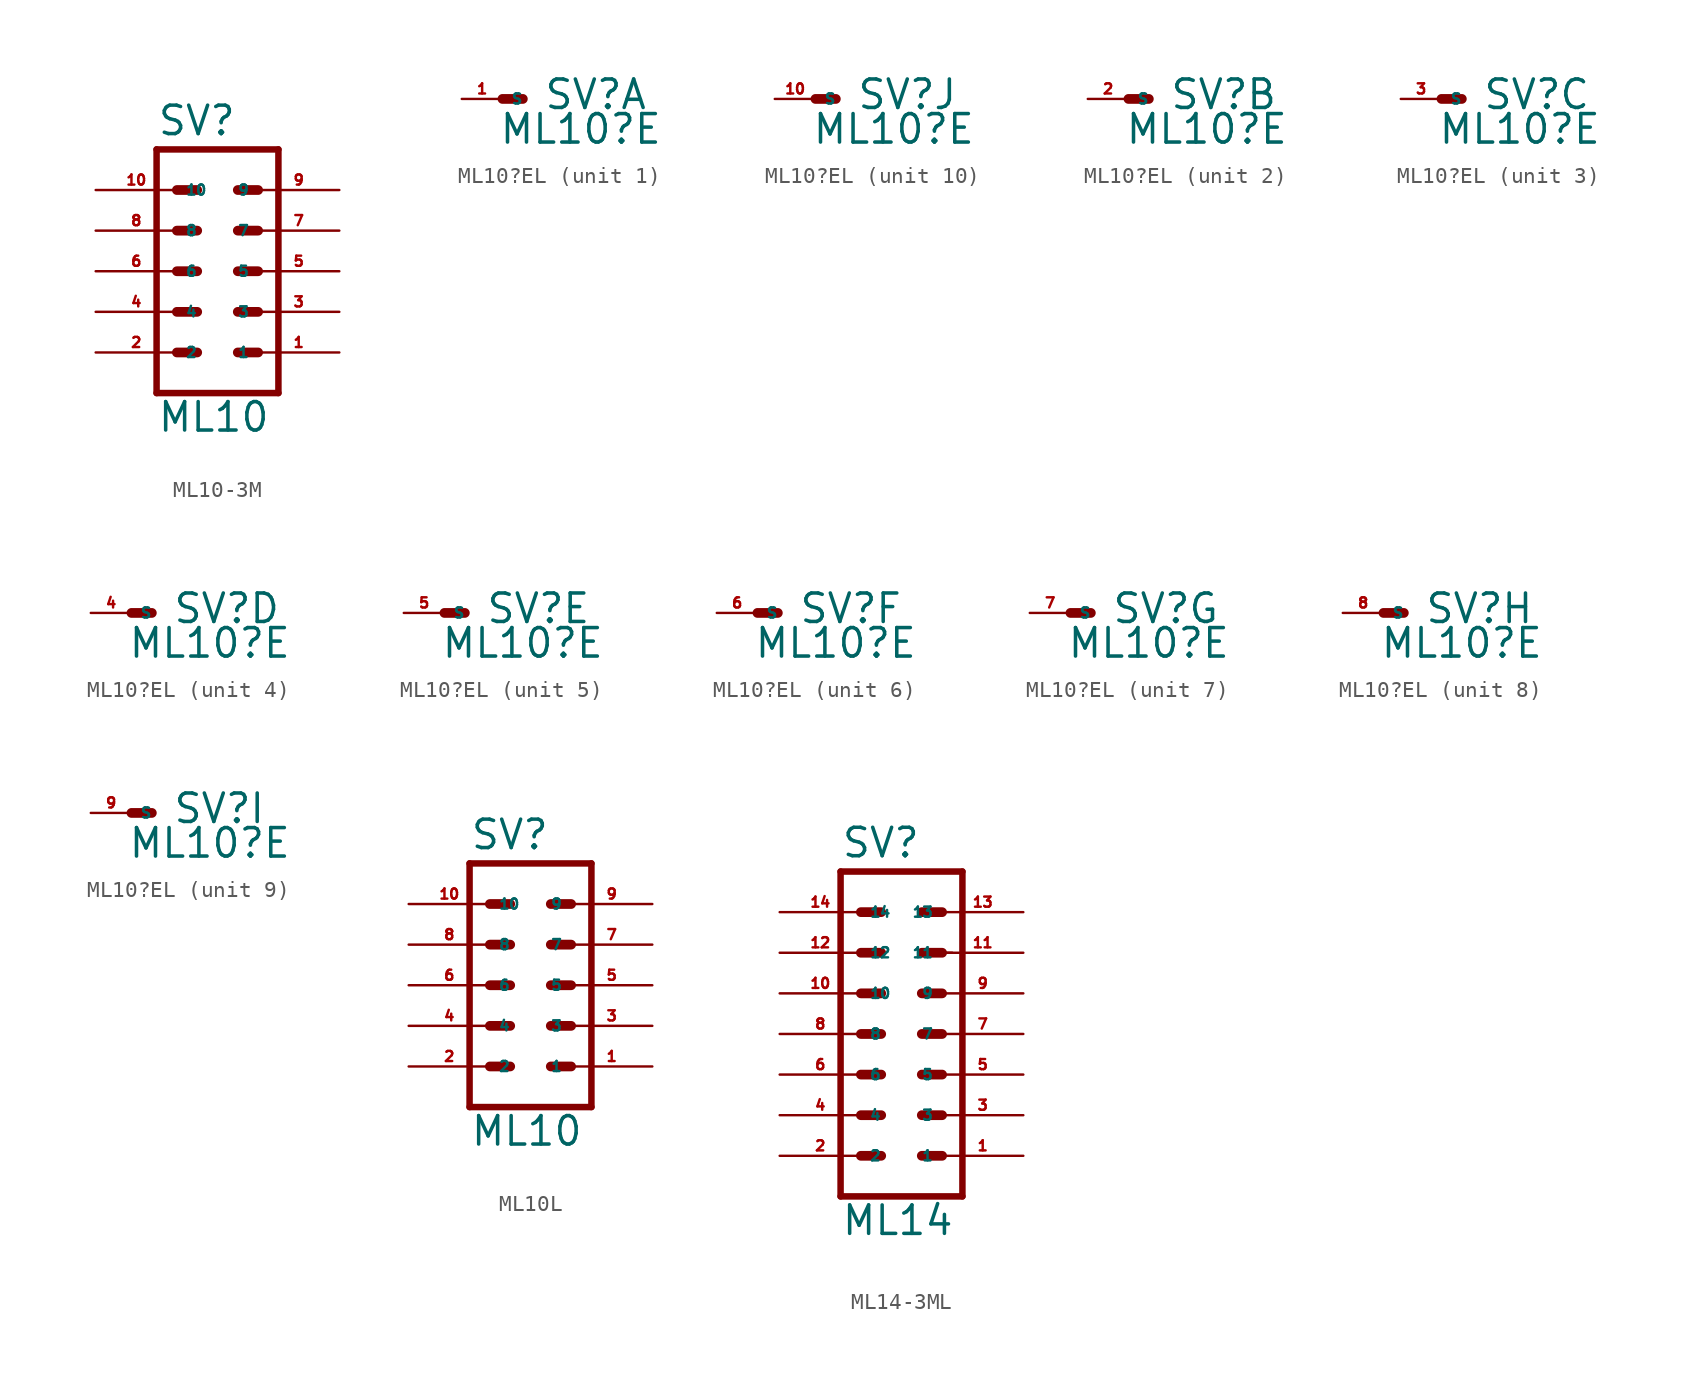
<source format=kicad_sym>
(kicad_symbol_lib
  (version 20220914)
  (generator Eagle2Kicad)
  (symbol "ML10-3M"
    (property "Reference" "SV"
      (at -3.81 8.382 0)
      (effects (font (size 1.778 1.778) (thickness 0.22)) (justify left bottom)))
    (property "Value" "ML10"
      (at -3.81 -10.16 0)
      (effects (font (size 1.778 1.778) (thickness 0.22)) (justify left bottom)))
    (polyline
      (pts (xy 3.81 -7.62) (xy -3.81 -7.62))
      (stroke (width 0.406) (type default))
      (fill (type none)))
    (polyline
      (pts (xy -3.81 7.62) (xy -3.81 -7.62))
      (stroke (width 0.406) (type default))
      (fill (type none)))
    (polyline
      (pts (xy 3.81 -7.62) (xy 3.81 7.62))
      (stroke (width 0.406) (type default))
      (fill (type none)))
    (polyline
      (pts (xy -3.81 7.62) (xy 3.81 7.62))
      (stroke (width 0.406) (type default))
      (fill (type none)))
    (polyline
      (pts (xy 1.27 5.08) (xy 2.54 5.08))
      (stroke (width 0.61) (type default))
      (fill (type none)))
    (polyline
      (pts (xy 1.27 2.54) (xy 2.54 2.54))
      (stroke (width 0.61) (type default))
      (fill (type none)))
    (polyline
      (pts (xy 1.27 0) (xy 2.54 0))
      (stroke (width 0.61) (type default))
      (fill (type none)))
    (polyline
      (pts (xy 1.27 -2.54) (xy 2.54 -2.54))
      (stroke (width 0.61) (type default))
      (fill (type none)))
    (polyline
      (pts (xy 1.27 -5.08) (xy 2.54 -5.08))
      (stroke (width 0.61) (type default))
      (fill (type none)))
    (polyline
      (pts (xy -2.54 5.08) (xy -1.27 5.08))
      (stroke (width 0.61) (type default))
      (fill (type none)))
    (polyline
      (pts (xy -2.54 2.54) (xy -1.27 2.54))
      (stroke (width 0.61) (type default))
      (fill (type none)))
    (polyline
      (pts (xy -2.54 0) (xy -1.27 0))
      (stroke (width 0.61) (type default))
      (fill (type none)))
    (polyline
      (pts (xy -2.54 -2.54) (xy -1.27 -2.54))
      (stroke (width 0.61) (type default))
      (fill (type none)))
    (polyline
      (pts (xy -2.54 -5.08) (xy -1.27 -5.08))
      (stroke (width 0.61) (type default))
      (fill (type none)))
    (pin passive line
      (at 7.62 -5.08 180)
      (length 5.08)
      (name "1" (effects (font (size 0.635 0.635) (thickness 0.08)) (justify left bottom)))
      (number "1" (effects (font (size 0.635 0.635) (thickness 0.08)) (justify left bottom))))
    (pin passive line
      (at -7.62 -5.08 0)
      (length 5.08)
      (name "2" (effects (font (size 0.635 0.635) (thickness 0.08)) (justify left bottom)))
      (number "2" (effects (font (size 0.635 0.635) (thickness 0.08)) (justify left bottom))))
    (pin passive line
      (at 7.62 -2.54 180)
      (length 5.08)
      (name "3" (effects (font (size 0.635 0.635) (thickness 0.08)) (justify left bottom)))
      (number "3" (effects (font (size 0.635 0.635) (thickness 0.08)) (justify left bottom))))
    (pin passive line
      (at -7.62 -2.54 0)
      (length 5.08)
      (name "4" (effects (font (size 0.635 0.635) (thickness 0.08)) (justify left bottom)))
      (number "4" (effects (font (size 0.635 0.635) (thickness 0.08)) (justify left bottom))))
    (pin passive line
      (at 7.62 0 180)
      (length 5.08)
      (name "5" (effects (font (size 0.635 0.635) (thickness 0.08)) (justify left bottom)))
      (number "5" (effects (font (size 0.635 0.635) (thickness 0.08)) (justify left bottom))))
    (pin passive line
      (at -7.62 0 0)
      (length 5.08)
      (name "6" (effects (font (size 0.635 0.635) (thickness 0.08)) (justify left bottom)))
      (number "6" (effects (font (size 0.635 0.635) (thickness 0.08)) (justify left bottom))))
    (pin passive line
      (at 7.62 2.54 180)
      (length 5.08)
      (name "7" (effects (font (size 0.635 0.635) (thickness 0.08)) (justify left bottom)))
      (number "7" (effects (font (size 0.635 0.635) (thickness 0.08)) (justify left bottom))))
    (pin passive line
      (at -7.62 2.54 0)
      (length 5.08)
      (name "8" (effects (font (size 0.635 0.635) (thickness 0.08)) (justify left bottom)))
      (number "8" (effects (font (size 0.635 0.635) (thickness 0.08)) (justify left bottom))))
    (pin passive line
      (at 7.62 5.08 180)
      (length 5.08)
      (name "9" (effects (font (size 0.635 0.635) (thickness 0.08)) (justify left bottom)))
      (number "9" (effects (font (size 0.635 0.635) (thickness 0.08)) (justify left bottom))))
    (pin passive line
      (at -7.62 5.08 0)
      (length 5.08)
      (name "10" (effects (font (size 0.635 0.635) (thickness 0.08)) (justify left bottom)))
      (number "10" (effects (font (size 0.635 0.635) (thickness 0.08)) (justify left bottom)))))
  (symbol "ML10?EL"
    (property "Reference" "SV"
      (at 2.54 -0.762 0)
      (effects (font (size 1.778 1.778) (thickness 0.22)) (justify left bottom)))
    (property "Value" "ML10?E"
      (at -0.254 -2.921 0)
      (effects (font (size 1.778 1.778) (thickness 0.22)) (justify left bottom)))
    (symbol "ML10?EL_1_0"
      (polyline (pts (xy 1.27 0) (xy 0 0)) (stroke (width 0.61) (type default)) (fill (type none)))
      (pin passive line (at -2.54 0 0) (length 2.54) (name "S" (effects (font (size 0.635 0.635) (thickness 0.08)) (justify left bottom))) (number "1" (effects (font (size 0.635 0.635) (thickness 0.08)) (justify left bottom)))))
    (symbol "ML10?EL_2_0"
      (polyline (pts (xy 1.27 0) (xy 0 0)) (stroke (width 0.61) (type default)) (fill (type none)))
      (pin passive line (at -2.54 0 0) (length 2.54) (name "S" (effects (font (size 0.635 0.635) (thickness 0.08)) (justify left bottom))) (number "2" (effects (font (size 0.635 0.635) (thickness 0.08)) (justify left bottom)))))
    (symbol "ML10?EL_3_0"
      (polyline (pts (xy 1.27 0) (xy 0 0)) (stroke (width 0.61) (type default)) (fill (type none)))
      (pin passive line (at -2.54 0 0) (length 2.54) (name "S" (effects (font (size 0.635 0.635) (thickness 0.08)) (justify left bottom))) (number "3" (effects (font (size 0.635 0.635) (thickness 0.08)) (justify left bottom)))))
    (symbol "ML10?EL_4_0"
      (polyline (pts (xy 1.27 0) (xy 0 0)) (stroke (width 0.61) (type default)) (fill (type none)))
      (pin passive line (at -2.54 0 0) (length 2.54) (name "S" (effects (font (size 0.635 0.635) (thickness 0.08)) (justify left bottom))) (number "4" (effects (font (size 0.635 0.635) (thickness 0.08)) (justify left bottom)))))
    (symbol "ML10?EL_5_0"
      (polyline (pts (xy 1.27 0) (xy 0 0)) (stroke (width 0.61) (type default)) (fill (type none)))
      (pin passive line (at -2.54 0 0) (length 2.54) (name "S" (effects (font (size 0.635 0.635) (thickness 0.08)) (justify left bottom))) (number "5" (effects (font (size 0.635 0.635) (thickness 0.08)) (justify left bottom)))))
    (symbol "ML10?EL_6_0"
      (polyline (pts (xy 1.27 0) (xy 0 0)) (stroke (width 0.61) (type default)) (fill (type none)))
      (pin passive line (at -2.54 0 0) (length 2.54) (name "S" (effects (font (size 0.635 0.635) (thickness 0.08)) (justify left bottom))) (number "6" (effects (font (size 0.635 0.635) (thickness 0.08)) (justify left bottom)))))
    (symbol "ML10?EL_7_0"
      (polyline (pts (xy 1.27 0) (xy 0 0)) (stroke (width 0.61) (type default)) (fill (type none)))
      (pin passive line (at -2.54 0 0) (length 2.54) (name "S" (effects (font (size 0.635 0.635) (thickness 0.08)) (justify left bottom))) (number "7" (effects (font (size 0.635 0.635) (thickness 0.08)) (justify left bottom)))))
    (symbol "ML10?EL_8_0"
      (polyline (pts (xy 1.27 0) (xy 0 0)) (stroke (width 0.61) (type default)) (fill (type none)))
      (pin passive line (at -2.54 0 0) (length 2.54) (name "S" (effects (font (size 0.635 0.635) (thickness 0.08)) (justify left bottom))) (number "8" (effects (font (size 0.635 0.635) (thickness 0.08)) (justify left bottom)))))
    (symbol "ML10?EL_9_0"
      (polyline (pts (xy 1.27 0) (xy 0 0)) (stroke (width 0.61) (type default)) (fill (type none)))
      (pin passive line (at -2.54 0 0) (length 2.54) (name "S" (effects (font (size 0.635 0.635) (thickness 0.08)) (justify left bottom))) (number "9" (effects (font (size 0.635 0.635) (thickness 0.08)) (justify left bottom)))))
    (symbol "ML10?EL_10_0"
      (polyline (pts (xy 1.27 0) (xy 0 0)) (stroke (width 0.61) (type default)) (fill (type none)))
      (pin passive line (at -2.54 0 0) (length 2.54) (name "S" (effects (font (size 0.635 0.635) (thickness 0.08)) (justify left bottom))) (number "10" (effects (font (size 0.635 0.635) (thickness 0.08)) (justify left bottom))))))
  (symbol "ML10L"
    (property "Reference" "SV"
      (at -3.81 8.382 0)
      (effects (font (size 1.778 1.778) (thickness 0.22)) (justify left bottom)))
    (property "Value" "ML10"
      (at -3.81 -10.16 0)
      (effects (font (size 1.778 1.778) (thickness 0.22)) (justify left bottom)))
    (polyline
      (pts (xy 3.81 -7.62) (xy -3.81 -7.62))
      (stroke (width 0.406) (type default))
      (fill (type none)))
    (polyline
      (pts (xy -3.81 7.62) (xy -3.81 -7.62))
      (stroke (width 0.406) (type default))
      (fill (type none)))
    (polyline
      (pts (xy 3.81 -7.62) (xy 3.81 7.62))
      (stroke (width 0.406) (type default))
      (fill (type none)))
    (polyline
      (pts (xy -3.81 7.62) (xy 3.81 7.62))
      (stroke (width 0.406) (type default))
      (fill (type none)))
    (polyline
      (pts (xy 1.27 5.08) (xy 2.54 5.08))
      (stroke (width 0.61) (type default))
      (fill (type none)))
    (polyline
      (pts (xy 1.27 2.54) (xy 2.54 2.54))
      (stroke (width 0.61) (type default))
      (fill (type none)))
    (polyline
      (pts (xy 1.27 0) (xy 2.54 0))
      (stroke (width 0.61) (type default))
      (fill (type none)))
    (polyline
      (pts (xy 1.27 -2.54) (xy 2.54 -2.54))
      (stroke (width 0.61) (type default))
      (fill (type none)))
    (polyline
      (pts (xy 1.27 -5.08) (xy 2.54 -5.08))
      (stroke (width 0.61) (type default))
      (fill (type none)))
    (polyline
      (pts (xy -2.54 5.08) (xy -1.27 5.08))
      (stroke (width 0.61) (type default))
      (fill (type none)))
    (polyline
      (pts (xy -2.54 2.54) (xy -1.27 2.54))
      (stroke (width 0.61) (type default))
      (fill (type none)))
    (polyline
      (pts (xy -2.54 0) (xy -1.27 0))
      (stroke (width 0.61) (type default))
      (fill (type none)))
    (polyline
      (pts (xy -2.54 -2.54) (xy -1.27 -2.54))
      (stroke (width 0.61) (type default))
      (fill (type none)))
    (polyline
      (pts (xy -2.54 -5.08) (xy -1.27 -5.08))
      (stroke (width 0.61) (type default))
      (fill (type none)))
    (pin passive line
      (at 7.62 -5.08 180)
      (length 5.08)
      (name "1" (effects (font (size 0.635 0.635) (thickness 0.08)) (justify left bottom)))
      (number "1" (effects (font (size 0.635 0.635) (thickness 0.08)) (justify left bottom))))
    (pin passive line
      (at -7.62 -5.08 0)
      (length 5.08)
      (name "2" (effects (font (size 0.635 0.635) (thickness 0.08)) (justify left bottom)))
      (number "2" (effects (font (size 0.635 0.635) (thickness 0.08)) (justify left bottom))))
    (pin passive line
      (at 7.62 -2.54 180)
      (length 5.08)
      (name "3" (effects (font (size 0.635 0.635) (thickness 0.08)) (justify left bottom)))
      (number "3" (effects (font (size 0.635 0.635) (thickness 0.08)) (justify left bottom))))
    (pin passive line
      (at -7.62 -2.54 0)
      (length 5.08)
      (name "4" (effects (font (size 0.635 0.635) (thickness 0.08)) (justify left bottom)))
      (number "4" (effects (font (size 0.635 0.635) (thickness 0.08)) (justify left bottom))))
    (pin passive line
      (at 7.62 0 180)
      (length 5.08)
      (name "5" (effects (font (size 0.635 0.635) (thickness 0.08)) (justify left bottom)))
      (number "5" (effects (font (size 0.635 0.635) (thickness 0.08)) (justify left bottom))))
    (pin passive line
      (at -7.62 0 0)
      (length 5.08)
      (name "6" (effects (font (size 0.635 0.635) (thickness 0.08)) (justify left bottom)))
      (number "6" (effects (font (size 0.635 0.635) (thickness 0.08)) (justify left bottom))))
    (pin passive line
      (at 7.62 2.54 180)
      (length 5.08)
      (name "7" (effects (font (size 0.635 0.635) (thickness 0.08)) (justify left bottom)))
      (number "7" (effects (font (size 0.635 0.635) (thickness 0.08)) (justify left bottom))))
    (pin passive line
      (at -7.62 2.54 0)
      (length 5.08)
      (name "8" (effects (font (size 0.635 0.635) (thickness 0.08)) (justify left bottom)))
      (number "8" (effects (font (size 0.635 0.635) (thickness 0.08)) (justify left bottom))))
    (pin passive line
      (at 7.62 5.08 180)
      (length 5.08)
      (name "9" (effects (font (size 0.635 0.635) (thickness 0.08)) (justify left bottom)))
      (number "9" (effects (font (size 0.635 0.635) (thickness 0.08)) (justify left bottom))))
    (pin passive line
      (at -7.62 5.08 0)
      (length 5.08)
      (name "10" (effects (font (size 0.635 0.635) (thickness 0.08)) (justify left bottom)))
      (number "10" (effects (font (size 0.635 0.635) (thickness 0.08)) (justify left bottom)))))
  (symbol "ML14-3ML"
    (property "Reference" "SV"
      (at -3.81 10.922 0)
      (effects (font (size 1.778 1.778) (thickness 0.22)) (justify left bottom)))
    (property "Value" "ML14"
      (at -3.81 -12.7 0)
      (effects (font (size 1.778 1.778) (thickness 0.22)) (justify left bottom)))
    (polyline
      (pts (xy 3.81 -10.16) (xy -3.81 -10.16))
      (stroke (width 0.406) (type default))
      (fill (type none)))
    (polyline
      (pts (xy -3.81 10.16) (xy -3.81 -10.16))
      (stroke (width 0.406) (type default))
      (fill (type none)))
    (polyline
      (pts (xy -3.81 10.16) (xy 3.81 10.16))
      (stroke (width 0.406) (type default))
      (fill (type none)))
    (polyline
      (pts (xy 3.81 -10.16) (xy 3.81 10.16))
      (stroke (width 0.406) (type default))
      (fill (type none)))
    (polyline
      (pts (xy 2.54 5.08) (xy 3.175 5.08))
      (stroke (width 0.152) (type default))
      (fill (type none)))
    (polyline
      (pts (xy 1.27 2.54) (xy 2.54 2.54))
      (stroke (width 0.61) (type default))
      (fill (type none)))
    (polyline
      (pts (xy 1.27 0) (xy 2.54 0))
      (stroke (width 0.61) (type default))
      (fill (type none)))
    (polyline
      (pts (xy 1.27 -2.54) (xy 2.54 -2.54))
      (stroke (width 0.61) (type default))
      (fill (type none)))
    (polyline
      (pts (xy 1.27 -5.08) (xy 2.54 -5.08))
      (stroke (width 0.61) (type default))
      (fill (type none)))
    (polyline
      (pts (xy 1.27 -7.62) (xy 2.54 -7.62))
      (stroke (width 0.61) (type default))
      (fill (type none)))
    (polyline
      (pts (xy -2.54 2.54) (xy -1.27 2.54))
      (stroke (width 0.61) (type default))
      (fill (type none)))
    (polyline
      (pts (xy -2.54 0) (xy -1.27 0))
      (stroke (width 0.61) (type default))
      (fill (type none)))
    (polyline
      (pts (xy -2.54 -2.54) (xy -1.27 -2.54))
      (stroke (width 0.61) (type default))
      (fill (type none)))
    (polyline
      (pts (xy -2.54 -5.08) (xy -1.27 -5.08))
      (stroke (width 0.61) (type default))
      (fill (type none)))
    (polyline
      (pts (xy -2.54 -7.62) (xy -1.27 -7.62))
      (stroke (width 0.61) (type default))
      (fill (type none)))
    (polyline
      (pts (xy 1.27 5.08) (xy 2.54 5.08))
      (stroke (width 0.61) (type default))
      (fill (type none)))
    (polyline
      (pts (xy 1.27 7.62) (xy 2.54 7.62))
      (stroke (width 0.61) (type default))
      (fill (type none)))
    (polyline
      (pts (xy -2.54 5.08) (xy -1.27 5.08))
      (stroke (width 0.61) (type default))
      (fill (type none)))
    (polyline
      (pts (xy -2.54 7.62) (xy -1.27 7.62))
      (stroke (width 0.61) (type default))
      (fill (type none)))
    (pin passive line
      (at 7.62 -7.62 180)
      (length 5.08)
      (name "1" (effects (font (size 0.635 0.635) (thickness 0.08)) (justify left bottom)))
      (number "1" (effects (font (size 0.635 0.635) (thickness 0.08)) (justify left bottom))))
    (pin passive line
      (at 7.62 -5.08 180)
      (length 5.08)
      (name "3" (effects (font (size 0.635 0.635) (thickness 0.08)) (justify left bottom)))
      (number "3" (effects (font (size 0.635 0.635) (thickness 0.08)) (justify left bottom))))
    (pin passive line
      (at 7.62 -2.54 180)
      (length 5.08)
      (name "5" (effects (font (size 0.635 0.635) (thickness 0.08)) (justify left bottom)))
      (number "5" (effects (font (size 0.635 0.635) (thickness 0.08)) (justify left bottom))))
    (pin passive line
      (at 7.62 0 180)
      (length 5.08)
      (name "7" (effects (font (size 0.635 0.635) (thickness 0.08)) (justify left bottom)))
      (number "7" (effects (font (size 0.635 0.635) (thickness 0.08)) (justify left bottom))))
    (pin passive line
      (at 7.62 2.54 180)
      (length 5.08)
      (name "9" (effects (font (size 0.635 0.635) (thickness 0.08)) (justify left bottom)))
      (number "9" (effects (font (size 0.635 0.635) (thickness 0.08)) (justify left bottom))))
    (pin passive line
      (at 7.62 5.08 180)
      (length 5.08)
      (name "11" (effects (font (size 0.635 0.635) (thickness 0.08)) (justify left bottom)))
      (number "11" (effects (font (size 0.635 0.635) (thickness 0.08)) (justify left bottom))))
    (pin passive line
      (at 7.62 7.62 180)
      (length 5.08)
      (name "13" (effects (font (size 0.635 0.635) (thickness 0.08)) (justify left bottom)))
      (number "13" (effects (font (size 0.635 0.635) (thickness 0.08)) (justify left bottom))))
    (pin passive line
      (at -7.62 -7.62 0)
      (length 5.08)
      (name "2" (effects (font (size 0.635 0.635) (thickness 0.08)) (justify left bottom)))
      (number "2" (effects (font (size 0.635 0.635) (thickness 0.08)) (justify left bottom))))
    (pin passive line
      (at -7.62 -5.08 0)
      (length 5.08)
      (name "4" (effects (font (size 0.635 0.635) (thickness 0.08)) (justify left bottom)))
      (number "4" (effects (font (size 0.635 0.635) (thickness 0.08)) (justify left bottom))))
    (pin passive line
      (at -7.62 -2.54 0)
      (length 5.08)
      (name "6" (effects (font (size 0.635 0.635) (thickness 0.08)) (justify left bottom)))
      (number "6" (effects (font (size 0.635 0.635) (thickness 0.08)) (justify left bottom))))
    (pin passive line
      (at -7.62 5.08 0)
      (length 5.08)
      (name "12" (effects (font (size 0.635 0.635) (thickness 0.08)) (justify left bottom)))
      (number "12" (effects (font (size 0.635 0.635) (thickness 0.08)) (justify left bottom))))
    (pin passive line
      (at -7.62 7.62 0)
      (length 5.08)
      (name "14" (effects (font (size 0.635 0.635) (thickness 0.08)) (justify left bottom)))
      (number "14" (effects (font (size 0.635 0.635) (thickness 0.08)) (justify left bottom))))
    (pin passive line
      (at -7.62 0 0)
      (length 5.08)
      (name "8" (effects (font (size 0.635 0.635) (thickness 0.08)) (justify left bottom)))
      (number "8" (effects (font (size 0.635 0.635) (thickness 0.08)) (justify left bottom))))
    (pin passive line
      (at -7.62 2.54 0)
      (length 5.08)
      (name "10" (effects (font (size 0.635 0.635) (thickness 0.08)) (justify left bottom)))
      (number "10" (effects (font (size 0.635 0.635) (thickness 0.08)) (justify left bottom))))))
</source>
